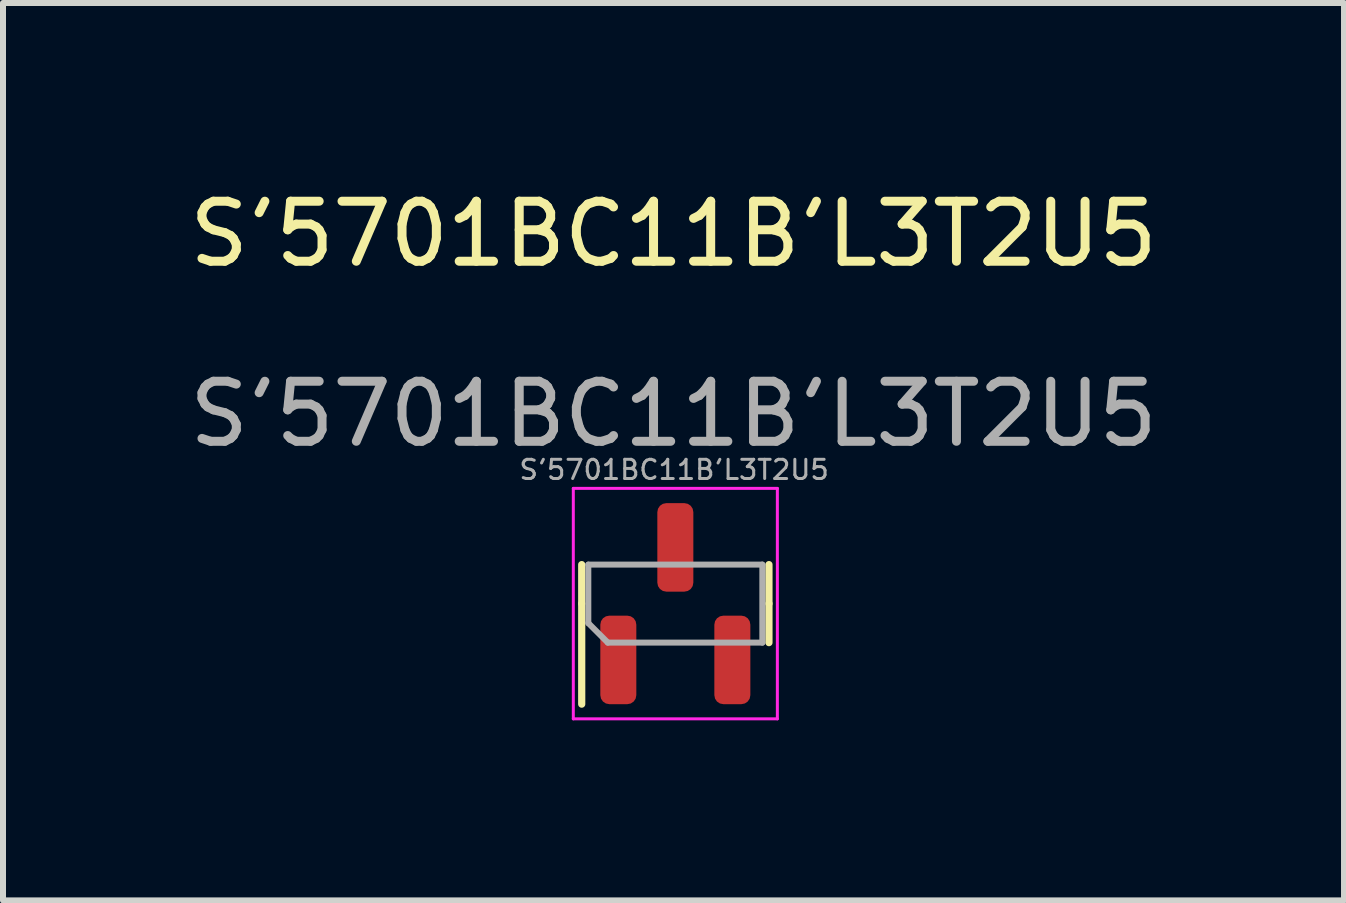
<source format=kicad_pcb>
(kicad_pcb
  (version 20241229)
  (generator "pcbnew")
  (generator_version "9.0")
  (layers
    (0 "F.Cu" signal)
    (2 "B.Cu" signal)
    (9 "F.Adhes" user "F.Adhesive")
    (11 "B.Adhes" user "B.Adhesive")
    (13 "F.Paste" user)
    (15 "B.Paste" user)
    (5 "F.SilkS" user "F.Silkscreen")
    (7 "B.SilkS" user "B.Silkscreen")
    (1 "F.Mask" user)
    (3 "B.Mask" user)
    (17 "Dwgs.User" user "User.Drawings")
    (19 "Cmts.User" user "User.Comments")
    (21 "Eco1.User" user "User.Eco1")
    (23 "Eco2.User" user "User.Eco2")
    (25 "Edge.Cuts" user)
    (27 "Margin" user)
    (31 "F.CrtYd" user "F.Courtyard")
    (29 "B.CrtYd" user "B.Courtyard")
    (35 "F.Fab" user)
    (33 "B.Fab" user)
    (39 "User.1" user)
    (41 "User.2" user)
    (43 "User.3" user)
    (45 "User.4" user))
  (footprint "S'5701BC11B'L3T2U5"
    (layer "F.Cu")
    (at 8.173 1.348)
    (property "Reference" "S'5701BC11B'L3T2U5" (at 0 -0.5 0) (unlocked yes) (layer "F.SilkS") (effects (font (size 1 1) (thickness 0.15))))
    (attr smd)
    (fp_line (start -1.53 5.66) (end -1.53 5.01) (stroke (width 0.12) (type solid)) (layer "F.SilkS"))
    (fp_line (start -1.53 5.66) (end -1.53 7.335) (stroke (width 0.12) (type solid)) (layer "F.SilkS"))
    (fp_line (start 1.59 5.66) (end 1.59 5.01) (stroke (width 0.12) (type solid)) (layer "F.SilkS"))
    (fp_line (start 1.59 5.66) (end 1.59 6.31) (stroke (width 0.12) (type solid)) (layer "F.SilkS"))
    (fp_line (start -1.67 3.74) (end -1.67 7.58) (stroke (width 0.05) (type solid)) (layer "F.CrtYd"))
    (fp_line (start -1.67 7.58) (end 1.73 7.58) (stroke (width 0.05) (type solid)) (layer "F.CrtYd"))
    (fp_line (start 1.73 3.74) (end -1.67 3.74) (stroke (width 0.05) (type solid)) (layer "F.CrtYd"))
    (fp_line (start 1.73 7.58) (end 1.73 3.74) (stroke (width 0.05) (type solid)) (layer "F.CrtYd"))
    (fp_line (start -1.42 5.01) (end 1.48 5.01) (stroke (width 0.1) (type solid)) (layer "F.Fab"))
    (fp_line (start -1.42 5.985) (end -1.42 5.01) (stroke (width 0.1) (type solid)) (layer "F.Fab"))
    (fp_line (start -1.095 6.31) (end -1.42 5.985) (stroke (width 0.1) (type solid)) (layer "F.Fab"))
    (fp_line (start 1.48 5.01) (end 1.48 6.31) (stroke (width 0.1) (type solid)) (layer "F.Fab"))
    (fp_line (start 1.48 6.31) (end -1.095 6.31) (stroke (width 0.1) (type solid)) (layer "F.Fab"))
    (fp_text user "${REFERENCE}" (at 0 2.5 0) (unlocked yes) (layer "F.Fab") (effects (font (size 1 1) (thickness 0.15))))
    (fp_text user "${REFERENCE}" (at 0.01 3.43 180) (layer "F.Fab") (effects (font (size 0.32 0.32) (thickness 0.05))))
    (pad "1" smd roundrect (at 0.03 4.723 90) (size 1.475 0.6) (layers "F.Cu" "F.Mask" "F.Paste") (roundrect_rratio 0.25))
    (pad "2" smd roundrect (at -0.92 6.598 90) (size 1.475 0.6) (layers "F.Cu" "F.Mask" "F.Paste") (roundrect_rratio 0.25))
    (pad "3" smd roundrect (at 0.98 6.598 90) (size 1.475 0.6) (layers "F.Cu" "F.Mask" "F.Paste") (roundrect_rratio 0.25)))
  (gr_rect
    (start -3 -3)
    (end 19.345 11.953)
    (stroke (width 0.1) (type default))
    (fill no)
    (layer "Edge.Cuts")))
</source>
